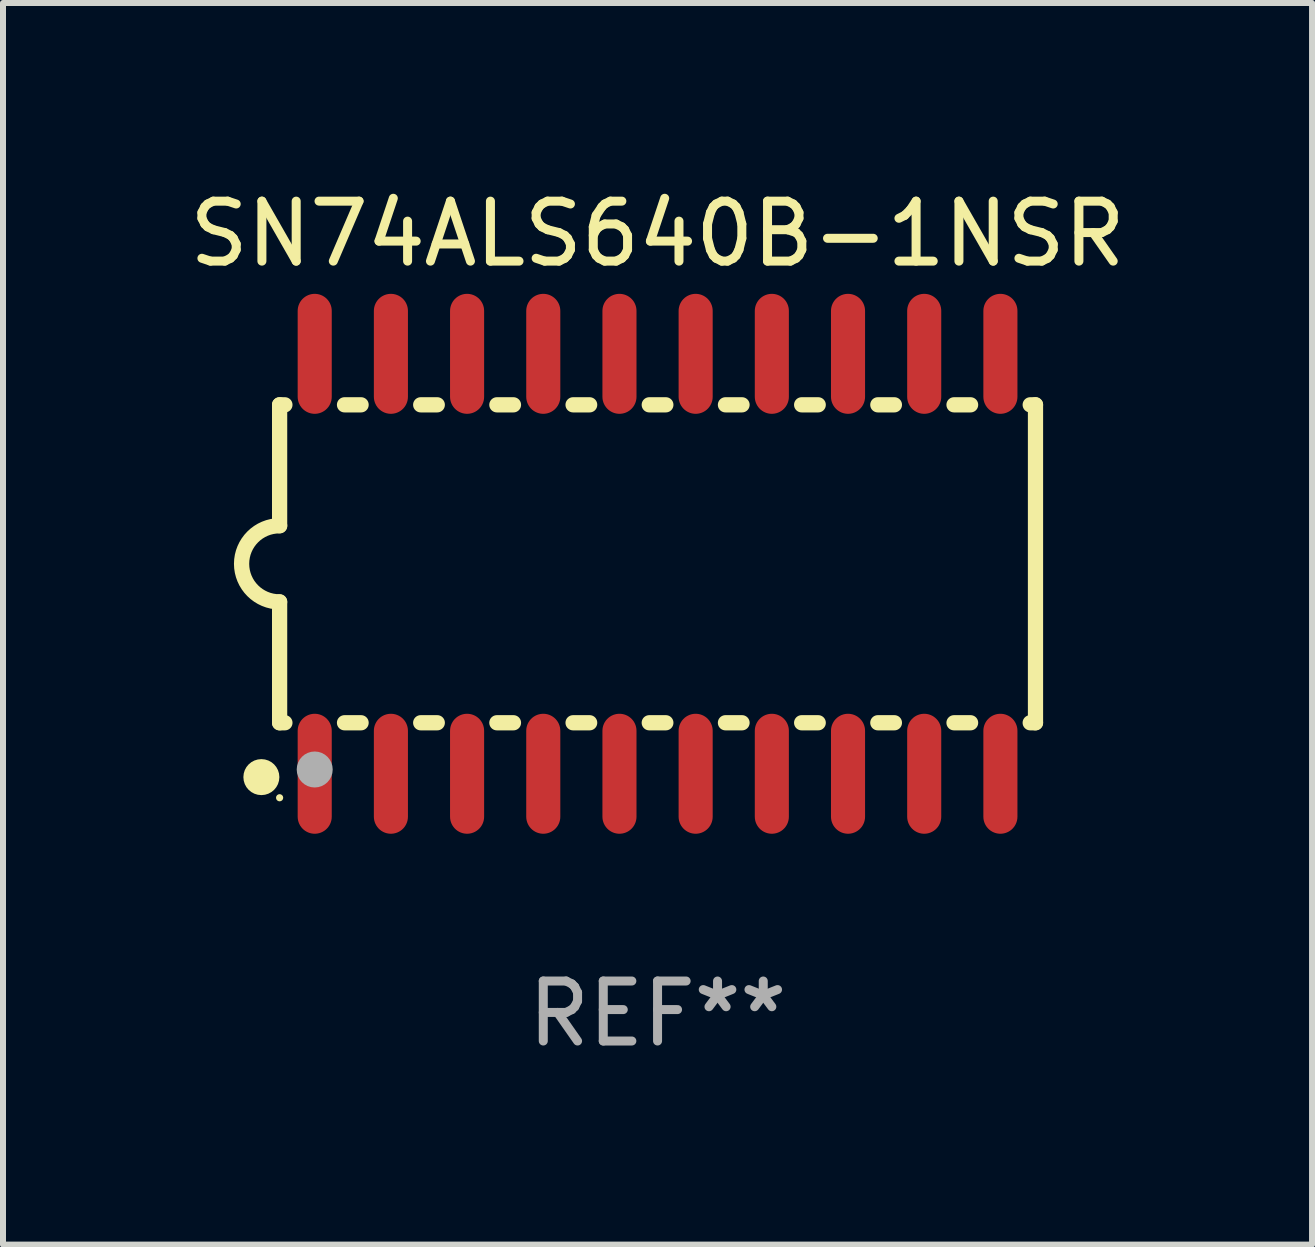
<source format=kicad_pcb>
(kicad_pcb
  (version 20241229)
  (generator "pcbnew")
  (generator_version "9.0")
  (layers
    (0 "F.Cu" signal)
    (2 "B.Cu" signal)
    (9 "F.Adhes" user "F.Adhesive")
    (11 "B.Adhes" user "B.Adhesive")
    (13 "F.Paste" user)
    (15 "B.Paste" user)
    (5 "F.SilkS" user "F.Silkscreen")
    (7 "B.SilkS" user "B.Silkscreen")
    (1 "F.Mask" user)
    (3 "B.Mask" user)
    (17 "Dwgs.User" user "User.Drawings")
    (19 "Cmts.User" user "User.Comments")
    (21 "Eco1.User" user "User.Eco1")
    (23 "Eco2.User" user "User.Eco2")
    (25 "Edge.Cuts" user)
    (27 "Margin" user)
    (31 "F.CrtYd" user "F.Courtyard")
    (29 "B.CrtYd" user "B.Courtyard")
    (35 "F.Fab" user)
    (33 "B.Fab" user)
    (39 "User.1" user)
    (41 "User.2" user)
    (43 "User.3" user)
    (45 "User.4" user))
  (footprint "SN74ALS640B-1NSR"
    (layer "F.Cu")
    (at 7.911 6.348)
    (property "Reference" "SN74ALS640B-1NSR" (at 0 -5.5 0) (layer "F.SilkS") (effects (font (size 1 1) (thickness 0.15))))
    (attr through_hole)
    (fp_line (start -6.3 -2.65) (end -6.3 -0.635) (stroke (width 0.254) (type solid)) (layer "F.SilkS"))
    (fp_line (start -6.3 -2.65) (end -6.212 -2.65) (stroke (width 0.254) (type solid)) (layer "F.SilkS"))
    (fp_line (start -6.3 2.65) (end -6.3 0.635) (stroke (width 0.254) (type solid)) (layer "F.SilkS"))
    (fp_line (start -6.3 2.65) (end -6.212 2.65) (stroke (width 0.254) (type solid)) (layer "F.SilkS"))
    (fp_line (start -5.218 -2.65) (end -4.942 -2.65) (stroke (width 0.254) (type solid)) (layer "F.SilkS"))
    (fp_line (start -5.218 2.65) (end -4.942 2.65) (stroke (width 0.254) (type solid)) (layer "F.SilkS"))
    (fp_line (start -3.948 -2.65) (end -3.672 -2.65) (stroke (width 0.254) (type solid)) (layer "F.SilkS"))
    (fp_line (start -3.948 2.65) (end -3.672 2.65) (stroke (width 0.254) (type solid)) (layer "F.SilkS"))
    (fp_line (start -2.678 -2.65) (end -2.402 -2.65) (stroke (width 0.254) (type solid)) (layer "F.SilkS"))
    (fp_line (start -2.678 2.65) (end -2.402 2.65) (stroke (width 0.254) (type solid)) (layer "F.SilkS"))
    (fp_line (start -1.408 -2.65) (end -1.132 -2.65) (stroke (width 0.254) (type solid)) (layer "F.SilkS"))
    (fp_line (start -1.408 2.65) (end -1.132 2.65) (stroke (width 0.254) (type solid)) (layer "F.SilkS"))
    (fp_line (start -0.138 -2.65) (end 0.138 -2.65) (stroke (width 0.254) (type solid)) (layer "F.SilkS"))
    (fp_line (start -0.138 2.65) (end 0.138 2.65) (stroke (width 0.254) (type solid)) (layer "F.SilkS"))
    (fp_line (start 1.132 -2.65) (end 1.408 -2.65) (stroke (width 0.254) (type solid)) (layer "F.SilkS"))
    (fp_line (start 1.132 2.65) (end 1.408 2.65) (stroke (width 0.254) (type solid)) (layer "F.SilkS"))
    (fp_line (start 2.402 -2.65) (end 2.678 -2.65) (stroke (width 0.254) (type solid)) (layer "F.SilkS"))
    (fp_line (start 2.402 2.65) (end 2.678 2.65) (stroke (width 0.254) (type solid)) (layer "F.SilkS"))
    (fp_line (start 3.672 -2.65) (end 3.948 -2.65) (stroke (width 0.254) (type solid)) (layer "F.SilkS"))
    (fp_line (start 3.672 2.65) (end 3.948 2.65) (stroke (width 0.254) (type solid)) (layer "F.SilkS"))
    (fp_line (start 4.942 -2.65) (end 5.218 -2.65) (stroke (width 0.254) (type solid)) (layer "F.SilkS"))
    (fp_line (start 4.942 2.65) (end 5.218 2.65) (stroke (width 0.254) (type solid)) (layer "F.SilkS"))
    (fp_line (start 6.212 -2.65) (end 6.3 -2.65) (stroke (width 0.254) (type solid)) (layer "F.SilkS"))
    (fp_line (start 6.212 2.65) (end 6.3 2.65) (stroke (width 0.254) (type solid)) (layer "F.SilkS"))
    (fp_line (start 6.3 -2.65) (end 6.3 2.65) (stroke (width 0.254) (type solid)) (layer "F.SilkS"))
    (fp_arc (start -6.299975 0.634874) (mid -6.933579 0.000127) (end -6.299213 -0.633858) (stroke (width 0.254001) (type solid)) (layer "F.SilkS"))
    (fp_circle (center -6.604 3.556) (end -6.454 3.556) (stroke (width 0.3) (type solid)) (fill no) (layer "F.SilkS"))
    (fp_circle (center -6.3 3.9) (end -6.27 3.9) (stroke (width 0.06) (type solid)) (fill no) (layer "F.SilkS"))
    (fp_circle (center -5.715 3.429) (end -5.565 3.429) (stroke (width 0.3) (type solid)) (fill no) (layer "F.Fab"))
    (fp_text user "REF**" (at 0 7.5 0) (layer "F.Fab") (effects (font (size 1 1) (thickness 0.15))))
    (pad "1" smd oval (at -5.715 3.5) (size 0.568 2) (layers "F.Cu" "F.Mask" "F.Paste"))
    (pad "2" smd oval (at -4.445 3.5) (size 0.568 2) (layers "F.Cu" "F.Mask" "F.Paste"))
    (pad "3" smd oval (at -3.175 3.5) (size 0.568 2) (layers "F.Cu" "F.Mask" "F.Paste"))
    (pad "4" smd oval (at -1.905 3.5) (size 0.568 2) (layers "F.Cu" "F.Mask" "F.Paste"))
    (pad "5" smd oval (at -0.635 3.5) (size 0.568 2) (layers "F.Cu" "F.Mask" "F.Paste"))
    (pad "6" smd oval (at 0.635 3.5) (size 0.568 2) (layers "F.Cu" "F.Mask" "F.Paste"))
    (pad "7" smd oval (at 1.905 3.5) (size 0.568 2) (layers "F.Cu" "F.Mask" "F.Paste"))
    (pad "8" smd oval (at 3.175 3.5) (size 0.568 2) (layers "F.Cu" "F.Mask" "F.Paste"))
    (pad "9" smd oval (at 4.445 3.5) (size 0.568 2) (layers "F.Cu" "F.Mask" "F.Paste"))
    (pad "10" smd oval (at 5.715 3.5) (size 0.568 2) (layers "F.Cu" "F.Mask" "F.Paste"))
    (pad "11" smd oval (at 5.715 -3.5) (size 0.568 2) (layers "F.Cu" "F.Mask" "F.Paste"))
    (pad "12" smd oval (at 4.445 -3.5) (size 0.568 2) (layers "F.Cu" "F.Mask" "F.Paste"))
    (pad "13" smd oval (at 3.175 -3.5) (size 0.568 2) (layers "F.Cu" "F.Mask" "F.Paste"))
    (pad "14" smd oval (at 1.905 -3.5) (size 0.568 2) (layers "F.Cu" "F.Mask" "F.Paste"))
    (pad "15" smd oval (at 0.635 -3.5) (size 0.568 2) (layers "F.Cu" "F.Mask" "F.Paste"))
    (pad "16" smd oval (at -0.635 -3.5) (size 0.568 2) (layers "F.Cu" "F.Mask" "F.Paste"))
    (pad "17" smd oval (at -1.905 -3.5) (size 0.568 2) (layers "F.Cu" "F.Mask" "F.Paste"))
    (pad "18" smd oval (at -3.175 -3.5) (size 0.568 2) (layers "F.Cu" "F.Mask" "F.Paste"))
    (pad "19" smd oval (at -4.445 -3.5) (size 0.568 2) (layers "F.Cu" "F.Mask" "F.Paste"))
    (pad "20" smd oval (at -5.715 -3.5) (size 0.568 2) (layers "F.Cu" "F.Mask" "F.Paste")))
  (gr_rect
    (start -3 -3)
    (end 18.821 17.697)
    (stroke (width 0.1) (type default))
    (fill no)
    (layer "Edge.Cuts")))
</source>
